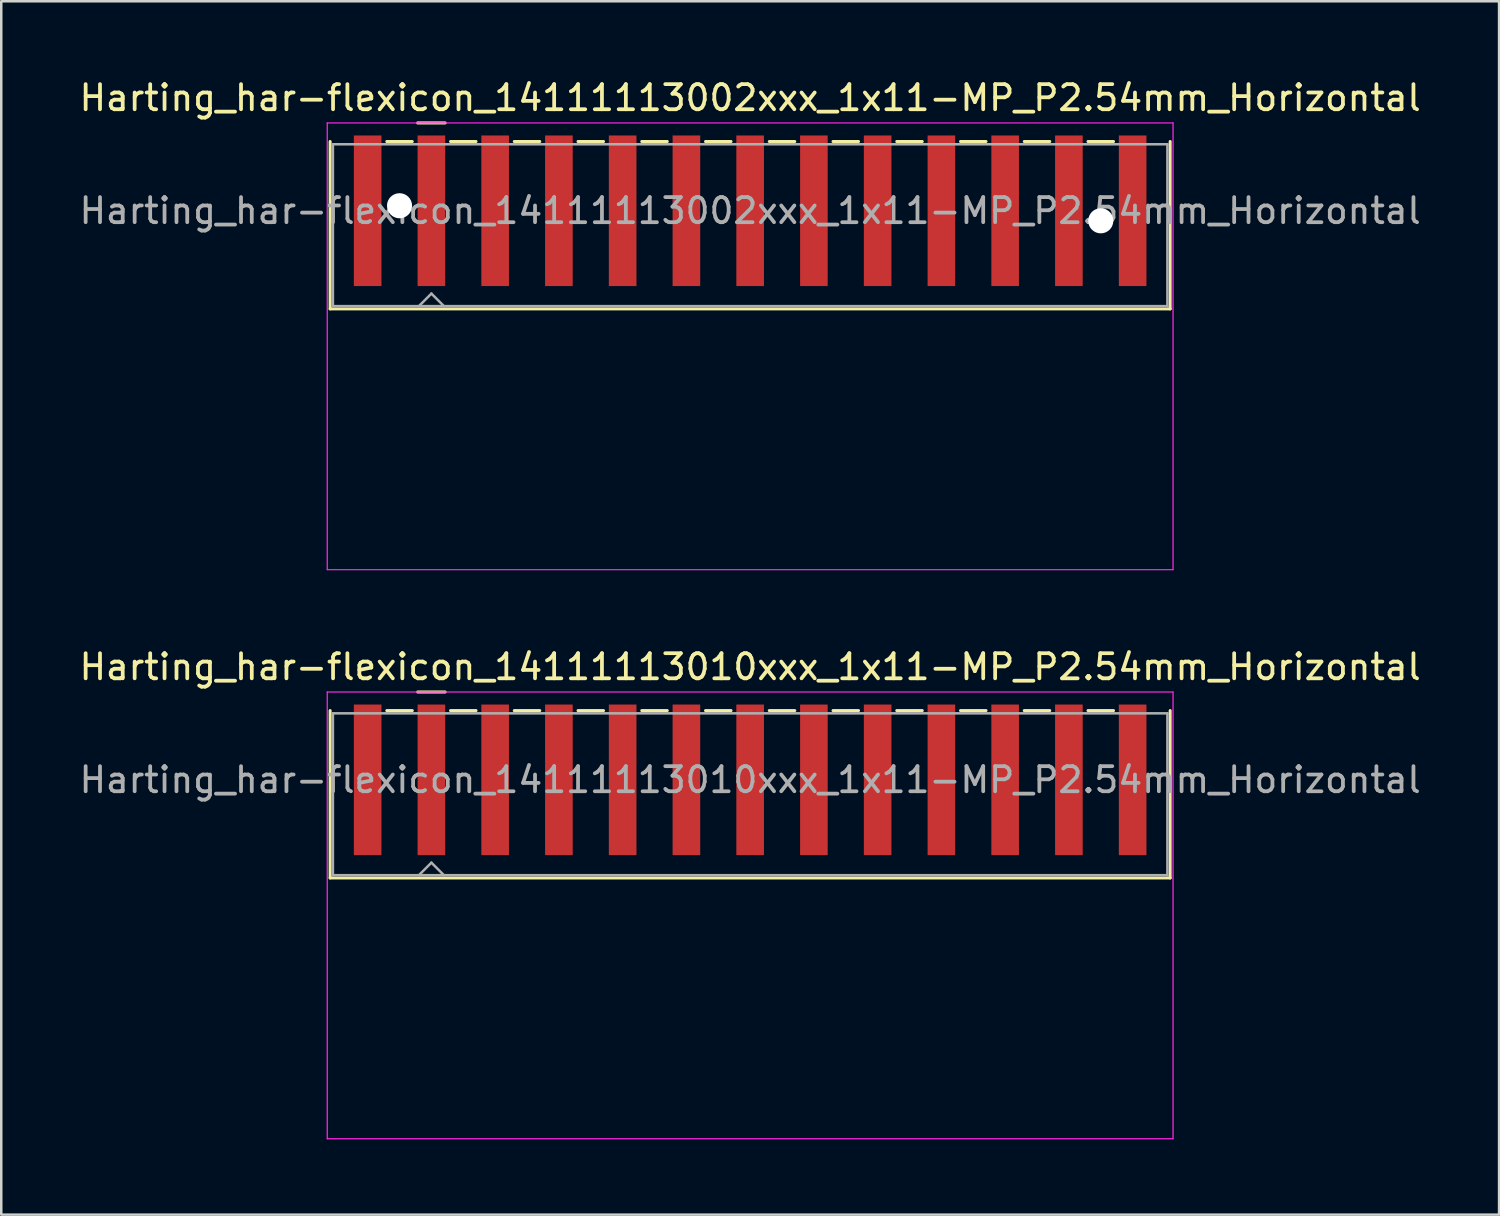
<source format=kicad_pcb>
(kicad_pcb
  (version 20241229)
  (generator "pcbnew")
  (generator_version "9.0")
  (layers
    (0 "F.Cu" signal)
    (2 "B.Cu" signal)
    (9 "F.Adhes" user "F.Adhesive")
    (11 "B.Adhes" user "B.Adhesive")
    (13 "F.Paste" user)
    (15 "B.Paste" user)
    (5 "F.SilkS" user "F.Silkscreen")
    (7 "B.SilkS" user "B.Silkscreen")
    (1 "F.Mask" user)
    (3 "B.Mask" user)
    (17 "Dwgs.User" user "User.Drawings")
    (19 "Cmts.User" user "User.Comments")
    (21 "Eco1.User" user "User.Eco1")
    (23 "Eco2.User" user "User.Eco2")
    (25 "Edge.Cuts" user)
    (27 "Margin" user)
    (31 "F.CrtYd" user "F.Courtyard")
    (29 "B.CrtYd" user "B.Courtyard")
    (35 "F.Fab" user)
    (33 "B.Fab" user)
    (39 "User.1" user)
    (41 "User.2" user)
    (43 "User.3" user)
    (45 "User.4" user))
  (footprint "Harting_har-flexicon_14111113002xxx_1x11-MP_P2.54mm_Horizontal"
    (layer "F.Cu")
    (at 26.839 6.648)
    (property "Reference" "Harting_har-flexicon_14111113002xxx_1x11-MP_P2.54mm_Horizontal" (at 0 -5.8 0) (layer "F.SilkS") (effects (font (size 1 1) (thickness 0.15))))
    (attr smd)
    (fp_line (start -16.735 -4.06) (end -16.735 2.61) (stroke (width 0.12) (type solid)) (layer "F.SilkS"))
    (fp_line (start -14.478 -4.06) (end -13.462 -4.06) (stroke (width 0.12) (type solid)) (layer "F.SilkS"))
    (fp_line (start -13.25 -4.8) (end -12.15 -4.8) (stroke (width 0.12) (type solid)) (layer "F.SilkS"))
    (fp_line (start -11.938 -4.06) (end -10.922 -4.06) (stroke (width 0.12) (type solid)) (layer "F.SilkS"))
    (fp_line (start -9.398 -4.06) (end -8.382 -4.06) (stroke (width 0.12) (type solid)) (layer "F.SilkS"))
    (fp_line (start -6.858 -4.06) (end -5.842 -4.06) (stroke (width 0.12) (type solid)) (layer "F.SilkS"))
    (fp_line (start -4.318 -4.06) (end -3.302 -4.06) (stroke (width 0.12) (type solid)) (layer "F.SilkS"))
    (fp_line (start -1.778 -4.06) (end -0.762 -4.06) (stroke (width 0.12) (type solid)) (layer "F.SilkS"))
    (fp_line (start 0.762 -4.06) (end 1.778 -4.06) (stroke (width 0.12) (type solid)) (layer "F.SilkS"))
    (fp_line (start 3.302 -4.06) (end 4.318 -4.06) (stroke (width 0.12) (type solid)) (layer "F.SilkS"))
    (fp_line (start 5.842 -4.06) (end 6.858 -4.06) (stroke (width 0.12) (type solid)) (layer "F.SilkS"))
    (fp_line (start 8.382 -4.06) (end 9.398 -4.06) (stroke (width 0.12) (type solid)) (layer "F.SilkS"))
    (fp_line (start 10.922 -4.06) (end 11.938 -4.06) (stroke (width 0.12) (type solid)) (layer "F.SilkS"))
    (fp_line (start 13.462 -4.06) (end 14.478 -4.06) (stroke (width 0.12) (type solid)) (layer "F.SilkS"))
    (fp_line (start 16.735 -4.06) (end 16.735 2.61) (stroke (width 0.12) (type solid)) (layer "F.SilkS"))
    (fp_line (start 16.735 2.61) (end -16.735 2.61) (stroke (width 0.12) (type solid)) (layer "F.SilkS"))
    (fp_line (start -16.85 -4.8) (end -16.85 13) (stroke (width 0.05) (type solid)) (layer "F.CrtYd"))
    (fp_line (start -16.85 13) (end 16.85 13) (stroke (width 0.05) (type solid)) (layer "F.CrtYd"))
    (fp_line (start 16.85 -4.8) (end -16.85 -4.8) (stroke (width 0.05) (type solid)) (layer "F.CrtYd"))
    (fp_line (start 16.85 13) (end 16.85 -4.8) (stroke (width 0.05) (type solid)) (layer "F.CrtYd"))
    (fp_line (start -16.625 -3.95) (end -16.625 2.5) (stroke (width 0.1) (type solid)) (layer "F.Fab"))
    (fp_line (start -16.625 2.5) (end 16.625 2.5) (stroke (width 0.1) (type solid)) (layer "F.Fab"))
    (fp_line (start -13.2 2.5) (end -12.7 2) (stroke (width 0.1) (type solid)) (layer "F.Fab"))
    (fp_line (start -12.7 2) (end -12.2 2.5) (stroke (width 0.1) (type solid)) (layer "F.Fab"))
    (fp_line (start 16.625 -3.95) (end -16.625 -3.95) (stroke (width 0.1) (type solid)) (layer "F.Fab"))
    (fp_line (start 16.625 2.5) (end 16.625 -3.95) (stroke (width 0.1) (type solid)) (layer "F.Fab"))
    (fp_text user "${REFERENCE}" (at 0 -1.3 0) (layer "F.Fab") (effects (font (size 1 1) (thickness 0.15))))
    (pad "" np_thru_hole circle (at -13.97 -1.5) (size 1 1) (drill 1) (layers "*.Cu" "*.Mask"))
    (pad "" np_thru_hole circle (at 13.97 -0.9) (size 1 1) (drill 1) (layers "*.Cu" "*.Mask"))
    (pad "1" smd rect (at -12.7 -1.3) (size 1.1 6) (layers "F.Cu" "F.Mask" "F.Paste"))
    (pad "2" smd rect (at -10.16 -1.3) (size 1.1 6) (layers "F.Cu" "F.Mask" "F.Paste"))
    (pad "3" smd rect (at -7.62 -1.3) (size 1.1 6) (layers "F.Cu" "F.Mask" "F.Paste"))
    (pad "4" smd rect (at -5.08 -1.3) (size 1.1 6) (layers "F.Cu" "F.Mask" "F.Paste"))
    (pad "5" smd rect (at -2.54 -1.3) (size 1.1 6) (layers "F.Cu" "F.Mask" "F.Paste"))
    (pad "6" smd rect (at 0 -1.3) (size 1.1 6) (layers "F.Cu" "F.Mask" "F.Paste"))
    (pad "7" smd rect (at 2.54 -1.3) (size 1.1 6) (layers "F.Cu" "F.Mask" "F.Paste"))
    (pad "8" smd rect (at 5.08 -1.3) (size 1.1 6) (layers "F.Cu" "F.Mask" "F.Paste"))
    (pad "9" smd rect (at 7.62 -1.3) (size 1.1 6) (layers "F.Cu" "F.Mask" "F.Paste"))
    (pad "10" smd rect (at 10.16 -1.3) (size 1.1 6) (layers "F.Cu" "F.Mask" "F.Paste"))
    (pad "11" smd rect (at 12.7 -1.3) (size 1.1 6) (layers "F.Cu" "F.Mask" "F.Paste"))
    (pad "MP" smd rect (at -15.24 -1.3) (size 1.1 6) (layers "F.Cu" "F.Mask" "F.Paste"))
    (pad "MP" smd rect (at 15.24 -1.3) (size 1.1 6) (layers "F.Cu" "F.Mask" "F.Paste")))
  (footprint "Harting_har-flexicon_14111113010xxx_1x11-MP_P2.54mm_Horizontal"
    (layer "F.Cu")
    (at 26.839 29.322)
    (property "Reference" "Harting_har-flexicon_14111113010xxx_1x11-MP_P2.54mm_Horizontal" (at 0 -5.8 0) (layer "F.SilkS") (effects (font (size 1 1) (thickness 0.15))))
    (attr smd)
    (fp_line (start -16.735 -4.06) (end -16.735 2.61) (stroke (width 0.12) (type solid)) (layer "F.SilkS"))
    (fp_line (start -14.478 -4.06) (end -13.462 -4.06) (stroke (width 0.12) (type solid)) (layer "F.SilkS"))
    (fp_line (start -13.25 -4.8) (end -12.15 -4.8) (stroke (width 0.12) (type solid)) (layer "F.SilkS"))
    (fp_line (start -11.938 -4.06) (end -10.922 -4.06) (stroke (width 0.12) (type solid)) (layer "F.SilkS"))
    (fp_line (start -9.398 -4.06) (end -8.382 -4.06) (stroke (width 0.12) (type solid)) (layer "F.SilkS"))
    (fp_line (start -6.858 -4.06) (end -5.842 -4.06) (stroke (width 0.12) (type solid)) (layer "F.SilkS"))
    (fp_line (start -4.318 -4.06) (end -3.302 -4.06) (stroke (width 0.12) (type solid)) (layer "F.SilkS"))
    (fp_line (start -1.778 -4.06) (end -0.762 -4.06) (stroke (width 0.12) (type solid)) (layer "F.SilkS"))
    (fp_line (start 0.762 -4.06) (end 1.778 -4.06) (stroke (width 0.12) (type solid)) (layer "F.SilkS"))
    (fp_line (start 3.302 -4.06) (end 4.318 -4.06) (stroke (width 0.12) (type solid)) (layer "F.SilkS"))
    (fp_line (start 5.842 -4.06) (end 6.858 -4.06) (stroke (width 0.12) (type solid)) (layer "F.SilkS"))
    (fp_line (start 8.382 -4.06) (end 9.398 -4.06) (stroke (width 0.12) (type solid)) (layer "F.SilkS"))
    (fp_line (start 10.922 -4.06) (end 11.938 -4.06) (stroke (width 0.12) (type solid)) (layer "F.SilkS"))
    (fp_line (start 13.462 -4.06) (end 14.478 -4.06) (stroke (width 0.12) (type solid)) (layer "F.SilkS"))
    (fp_line (start 16.735 -4.06) (end 16.735 2.61) (stroke (width 0.12) (type solid)) (layer "F.SilkS"))
    (fp_line (start 16.735 2.61) (end -16.735 2.61) (stroke (width 0.12) (type solid)) (layer "F.SilkS"))
    (fp_line (start -16.85 -4.8) (end -16.85 13) (stroke (width 0.05) (type solid)) (layer "F.CrtYd"))
    (fp_line (start -16.85 13) (end 16.85 13) (stroke (width 0.05) (type solid)) (layer "F.CrtYd"))
    (fp_line (start 16.85 -4.8) (end -16.85 -4.8) (stroke (width 0.05) (type solid)) (layer "F.CrtYd"))
    (fp_line (start 16.85 13) (end 16.85 -4.8) (stroke (width 0.05) (type solid)) (layer "F.CrtYd"))
    (fp_line (start -16.625 -3.95) (end -16.625 2.5) (stroke (width 0.1) (type solid)) (layer "F.Fab"))
    (fp_line (start -16.625 2.5) (end 16.625 2.5) (stroke (width 0.1) (type solid)) (layer "F.Fab"))
    (fp_line (start -13.2 2.5) (end -12.7 2) (stroke (width 0.1) (type solid)) (layer "F.Fab"))
    (fp_line (start -12.7 2) (end -12.2 2.5) (stroke (width 0.1) (type solid)) (layer "F.Fab"))
    (fp_line (start 16.625 -3.95) (end -16.625 -3.95) (stroke (width 0.1) (type solid)) (layer "F.Fab"))
    (fp_line (start 16.625 2.5) (end 16.625 -3.95) (stroke (width 0.1) (type solid)) (layer "F.Fab"))
    (fp_text user "${REFERENCE}" (at 0 -1.3 0) (layer "F.Fab") (effects (font (size 1 1) (thickness 0.15))))
    (pad "1" smd rect (at -12.7 -1.3) (size 1.1 6) (layers "F.Cu" "F.Mask" "F.Paste"))
    (pad "2" smd rect (at -10.16 -1.3) (size 1.1 6) (layers "F.Cu" "F.Mask" "F.Paste"))
    (pad "3" smd rect (at -7.62 -1.3) (size 1.1 6) (layers "F.Cu" "F.Mask" "F.Paste"))
    (pad "4" smd rect (at -5.08 -1.3) (size 1.1 6) (layers "F.Cu" "F.Mask" "F.Paste"))
    (pad "5" smd rect (at -2.54 -1.3) (size 1.1 6) (layers "F.Cu" "F.Mask" "F.Paste"))
    (pad "6" smd rect (at 0 -1.3) (size 1.1 6) (layers "F.Cu" "F.Mask" "F.Paste"))
    (pad "7" smd rect (at 2.54 -1.3) (size 1.1 6) (layers "F.Cu" "F.Mask" "F.Paste"))
    (pad "8" smd rect (at 5.08 -1.3) (size 1.1 6) (layers "F.Cu" "F.Mask" "F.Paste"))
    (pad "9" smd rect (at 7.62 -1.3) (size 1.1 6) (layers "F.Cu" "F.Mask" "F.Paste"))
    (pad "10" smd rect (at 10.16 -1.3) (size 1.1 6) (layers "F.Cu" "F.Mask" "F.Paste"))
    (pad "11" smd rect (at 12.7 -1.3) (size 1.1 6) (layers "F.Cu" "F.Mask" "F.Paste"))
    (pad "MP" smd rect (at -15.24 -1.3) (size 1.1 6) (layers "F.Cu" "F.Mask" "F.Paste"))
    (pad "MP" smd rect (at 15.24 -1.3) (size 1.1 6) (layers "F.Cu" "F.Mask" "F.Paste")))
  (gr_rect
    (start -3 -3)
    (end 56.679 45.346)
    (stroke (width 0.1) (type default))
    (fill no)
    (layer "Edge.Cuts")))
</source>
